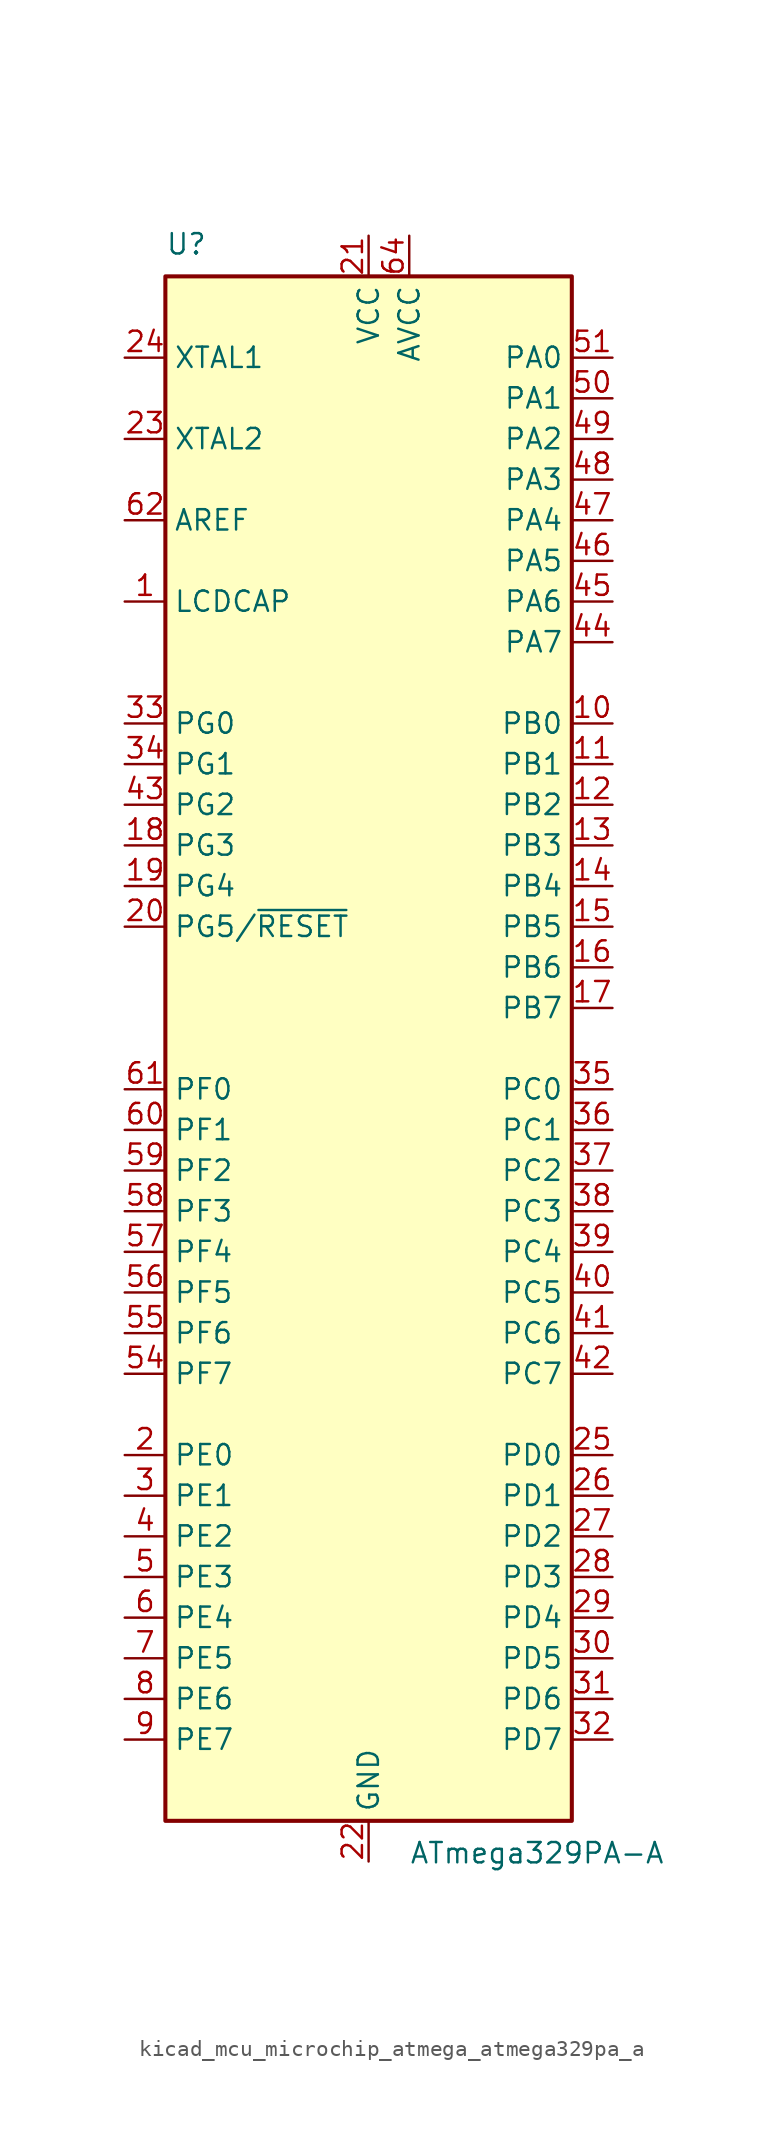
<source format=kicad_sym>
(kicad_symbol_lib
  (version 20220914)
  (generator kicad_symbol_editor)
  (symbol "kicad_mcu_microchip_atmega_atmega329pa_a"
    (property "Reference" "U"
      (at -12.7 49.53 0)
      (effects (font (size 1.27 1.27)) (justify left bottom)))
    (property "Value" "ATmega329PA-A"
      (at 2.54 -49.53 0)
      (effects (font (size 1.27 1.27)) (justify left top)))
    (symbol "kicad_mcu_microchip_atmega_atmega329pa_a_0_1"
      (rectangle (start -12.7 -48.26) (end 12.7 48.26) (stroke (width 0.254) (type default)) (fill (type background))))
    (symbol "kicad_mcu_microchip_atmega_atmega329pa_a_1_1"
      (pin passive line (at -15.24 27.94 0) (length 2.54) (name "LCDCAP" (effects (font (size 1.27 1.27)))) (number "1" (effects (font (size 1.27 1.27)))))
      (pin bidirectional line (at 15.24 20.32 180) (length 2.54) (name "PB0" (effects (font (size 1.27 1.27)))) (number "10" (effects (font (size 1.27 1.27)))))
      (pin bidirectional line (at 15.24 17.78 180) (length 2.54) (name "PB1" (effects (font (size 1.27 1.27)))) (number "11" (effects (font (size 1.27 1.27)))))
      (pin bidirectional line (at 15.24 15.24 180) (length 2.54) (name "PB2" (effects (font (size 1.27 1.27)))) (number "12" (effects (font (size 1.27 1.27)))))
      (pin bidirectional line (at 15.24 12.7 180) (length 2.54) (name "PB3" (effects (font (size 1.27 1.27)))) (number "13" (effects (font (size 1.27 1.27)))))
      (pin bidirectional line (at 15.24 10.16 180) (length 2.54) (name "PB4" (effects (font (size 1.27 1.27)))) (number "14" (effects (font (size 1.27 1.27)))))
      (pin bidirectional line (at 15.24 7.62 180) (length 2.54) (name "PB5" (effects (font (size 1.27 1.27)))) (number "15" (effects (font (size 1.27 1.27)))))
      (pin bidirectional line (at 15.24 5.08 180) (length 2.54) (name "PB6" (effects (font (size 1.27 1.27)))) (number "16" (effects (font (size 1.27 1.27)))))
      (pin bidirectional line (at 15.24 2.54 180) (length 2.54) (name "PB7" (effects (font (size 1.27 1.27)))) (number "17" (effects (font (size 1.27 1.27)))))
      (pin bidirectional line (at -15.24 12.7 0) (length 2.54) (name "PG3" (effects (font (size 1.27 1.27)))) (number "18" (effects (font (size 1.27 1.27)))))
      (pin bidirectional line (at -15.24 10.16 0) (length 2.54) (name "PG4" (effects (font (size 1.27 1.27)))) (number "19" (effects (font (size 1.27 1.27)))))
      (pin bidirectional line (at -15.24 -25.4 0) (length 2.54) (name "PE0" (effects (font (size 1.27 1.27)))) (number "2" (effects (font (size 1.27 1.27)))))
      (pin bidirectional line (at -15.24 7.62 0) (length 2.54) (name "PG5/~{RESET}" (effects (font (size 1.27 1.27)))) (number "20" (effects (font (size 1.27 1.27)))))
      (pin power_in line (at 0 50.8 270) (length 2.54) (name "VCC" (effects (font (size 1.27 1.27)))) (number "21" (effects (font (size 1.27 1.27)))))
      (pin power_in line (at 0 -50.8 90) (length 2.54) (name "GND" (effects (font (size 1.27 1.27)))) (number "22" (effects (font (size 1.27 1.27)))))
      (pin output line (at -15.24 38.1 0) (length 2.54) (name "XTAL2" (effects (font (size 1.27 1.27)))) (number "23" (effects (font (size 1.27 1.27)))))
      (pin input line (at -15.24 43.18 0) (length 2.54) (name "XTAL1" (effects (font (size 1.27 1.27)))) (number "24" (effects (font (size 1.27 1.27)))))
      (pin bidirectional line (at 15.24 -25.4 180) (length 2.54) (name "PD0" (effects (font (size 1.27 1.27)))) (number "25" (effects (font (size 1.27 1.27)))))
      (pin bidirectional line (at 15.24 -27.94 180) (length 2.54) (name "PD1" (effects (font (size 1.27 1.27)))) (number "26" (effects (font (size 1.27 1.27)))))
      (pin bidirectional line (at 15.24 -30.48 180) (length 2.54) (name "PD2" (effects (font (size 1.27 1.27)))) (number "27" (effects (font (size 1.27 1.27)))))
      (pin bidirectional line (at 15.24 -33.02 180) (length 2.54) (name "PD3" (effects (font (size 1.27 1.27)))) (number "28" (effects (font (size 1.27 1.27)))))
      (pin bidirectional line (at 15.24 -35.56 180) (length 2.54) (name "PD4" (effects (font (size 1.27 1.27)))) (number "29" (effects (font (size 1.27 1.27)))))
      (pin bidirectional line (at -15.24 -27.94 0) (length 2.54) (name "PE1" (effects (font (size 1.27 1.27)))) (number "3" (effects (font (size 1.27 1.27)))))
      (pin bidirectional line (at 15.24 -38.1 180) (length 2.54) (name "PD5" (effects (font (size 1.27 1.27)))) (number "30" (effects (font (size 1.27 1.27)))))
      (pin bidirectional line (at 15.24 -40.64 180) (length 2.54) (name "PD6" (effects (font (size 1.27 1.27)))) (number "31" (effects (font (size 1.27 1.27)))))
      (pin bidirectional line (at 15.24 -43.18 180) (length 2.54) (name "PD7" (effects (font (size 1.27 1.27)))) (number "32" (effects (font (size 1.27 1.27)))))
      (pin bidirectional line (at -15.24 20.32 0) (length 2.54) (name "PG0" (effects (font (size 1.27 1.27)))) (number "33" (effects (font (size 1.27 1.27)))))
      (pin bidirectional line (at -15.24 17.78 0) (length 2.54) (name "PG1" (effects (font (size 1.27 1.27)))) (number "34" (effects (font (size 1.27 1.27)))))
      (pin bidirectional line (at 15.24 -2.54 180) (length 2.54) (name "PC0" (effects (font (size 1.27 1.27)))) (number "35" (effects (font (size 1.27 1.27)))))
      (pin bidirectional line (at 15.24 -5.08 180) (length 2.54) (name "PC1" (effects (font (size 1.27 1.27)))) (number "36" (effects (font (size 1.27 1.27)))))
      (pin bidirectional line (at 15.24 -7.62 180) (length 2.54) (name "PC2" (effects (font (size 1.27 1.27)))) (number "37" (effects (font (size 1.27 1.27)))))
      (pin bidirectional line (at 15.24 -10.16 180) (length 2.54) (name "PC3" (effects (font (size 1.27 1.27)))) (number "38" (effects (font (size 1.27 1.27)))))
      (pin bidirectional line (at 15.24 -12.7 180) (length 2.54) (name "PC4" (effects (font (size 1.27 1.27)))) (number "39" (effects (font (size 1.27 1.27)))))
      (pin bidirectional line (at -15.24 -30.48 0) (length 2.54) (name "PE2" (effects (font (size 1.27 1.27)))) (number "4" (effects (font (size 1.27 1.27)))))
      (pin bidirectional line (at 15.24 -15.24 180) (length 2.54) (name "PC5" (effects (font (size 1.27 1.27)))) (number "40" (effects (font (size 1.27 1.27)))))
      (pin bidirectional line (at 15.24 -17.78 180) (length 2.54) (name "PC6" (effects (font (size 1.27 1.27)))) (number "41" (effects (font (size 1.27 1.27)))))
      (pin bidirectional line (at 15.24 -20.32 180) (length 2.54) (name "PC7" (effects (font (size 1.27 1.27)))) (number "42" (effects (font (size 1.27 1.27)))))
      (pin bidirectional line (at -15.24 15.24 0) (length 2.54) (name "PG2" (effects (font (size 1.27 1.27)))) (number "43" (effects (font (size 1.27 1.27)))))
      (pin bidirectional line (at 15.24 25.4 180) (length 2.54) (name "PA7" (effects (font (size 1.27 1.27)))) (number "44" (effects (font (size 1.27 1.27)))))
      (pin bidirectional line (at 15.24 27.94 180) (length 2.54) (name "PA6" (effects (font (size 1.27 1.27)))) (number "45" (effects (font (size 1.27 1.27)))))
      (pin bidirectional line (at 15.24 30.48 180) (length 2.54) (name "PA5" (effects (font (size 1.27 1.27)))) (number "46" (effects (font (size 1.27 1.27)))))
      (pin bidirectional line (at 15.24 33.02 180) (length 2.54) (name "PA4" (effects (font (size 1.27 1.27)))) (number "47" (effects (font (size 1.27 1.27)))))
      (pin bidirectional line (at 15.24 35.56 180) (length 2.54) (name "PA3" (effects (font (size 1.27 1.27)))) (number "48" (effects (font (size 1.27 1.27)))))
      (pin bidirectional line (at 15.24 38.1 180) (length 2.54) (name "PA2" (effects (font (size 1.27 1.27)))) (number "49" (effects (font (size 1.27 1.27)))))
      (pin bidirectional line (at -15.24 -33.02 0) (length 2.54) (name "PE3" (effects (font (size 1.27 1.27)))) (number "5" (effects (font (size 1.27 1.27)))))
      (pin bidirectional line (at 15.24 40.64 180) (length 2.54) (name "PA1" (effects (font (size 1.27 1.27)))) (number "50" (effects (font (size 1.27 1.27)))))
      (pin bidirectional line (at 15.24 43.18 180) (length 2.54) (name "PA0" (effects (font (size 1.27 1.27)))) (number "51" (effects (font (size 1.27 1.27)))))
      (pin passive line (at 0 50.8 270) (length 2.54) hide (name "VCC" (effects (font (size 1.27 1.27)))) (number "52" (effects (font (size 1.27 1.27)))))
      (pin passive line (at 0 -50.8 90) (length 2.54) hide (name "GND" (effects (font (size 1.27 1.27)))) (number "53" (effects (font (size 1.27 1.27)))))
      (pin bidirectional line (at -15.24 -20.32 0) (length 2.54) (name "PF7" (effects (font (size 1.27 1.27)))) (number "54" (effects (font (size 1.27 1.27)))))
      (pin bidirectional line (at -15.24 -17.78 0) (length 2.54) (name "PF6" (effects (font (size 1.27 1.27)))) (number "55" (effects (font (size 1.27 1.27)))))
      (pin bidirectional line (at -15.24 -15.24 0) (length 2.54) (name "PF5" (effects (font (size 1.27 1.27)))) (number "56" (effects (font (size 1.27 1.27)))))
      (pin bidirectional line (at -15.24 -12.7 0) (length 2.54) (name "PF4" (effects (font (size 1.27 1.27)))) (number "57" (effects (font (size 1.27 1.27)))))
      (pin bidirectional line (at -15.24 -10.16 0) (length 2.54) (name "PF3" (effects (font (size 1.27 1.27)))) (number "58" (effects (font (size 1.27 1.27)))))
      (pin bidirectional line (at -15.24 -7.62 0) (length 2.54) (name "PF2" (effects (font (size 1.27 1.27)))) (number "59" (effects (font (size 1.27 1.27)))))
      (pin bidirectional line (at -15.24 -35.56 0) (length 2.54) (name "PE4" (effects (font (size 1.27 1.27)))) (number "6" (effects (font (size 1.27 1.27)))))
      (pin bidirectional line (at -15.24 -5.08 0) (length 2.54) (name "PF1" (effects (font (size 1.27 1.27)))) (number "60" (effects (font (size 1.27 1.27)))))
      (pin bidirectional line (at -15.24 -2.54 0) (length 2.54) (name "PF0" (effects (font (size 1.27 1.27)))) (number "61" (effects (font (size 1.27 1.27)))))
      (pin passive line (at -15.24 33.02 0) (length 2.54) (name "AREF" (effects (font (size 1.27 1.27)))) (number "62" (effects (font (size 1.27 1.27)))))
      (pin passive line (at 0 -50.8 90) (length 2.54) hide (name "GND" (effects (font (size 1.27 1.27)))) (number "63" (effects (font (size 1.27 1.27)))))
      (pin power_in line (at 2.54 50.8 270) (length 2.54) (name "AVCC" (effects (font (size 1.27 1.27)))) (number "64" (effects (font (size 1.27 1.27)))))
      (pin bidirectional line (at -15.24 -38.1 0) (length 2.54) (name "PE5" (effects (font (size 1.27 1.27)))) (number "7" (effects (font (size 1.27 1.27)))))
      (pin bidirectional line (at -15.24 -40.64 0) (length 2.54) (name "PE6" (effects (font (size 1.27 1.27)))) (number "8" (effects (font (size 1.27 1.27)))))
      (pin bidirectional line (at -15.24 -43.18 0) (length 2.54) (name "PE7" (effects (font (size 1.27 1.27)))) (number "9" (effects (font (size 1.27 1.27))))))))
</source>
